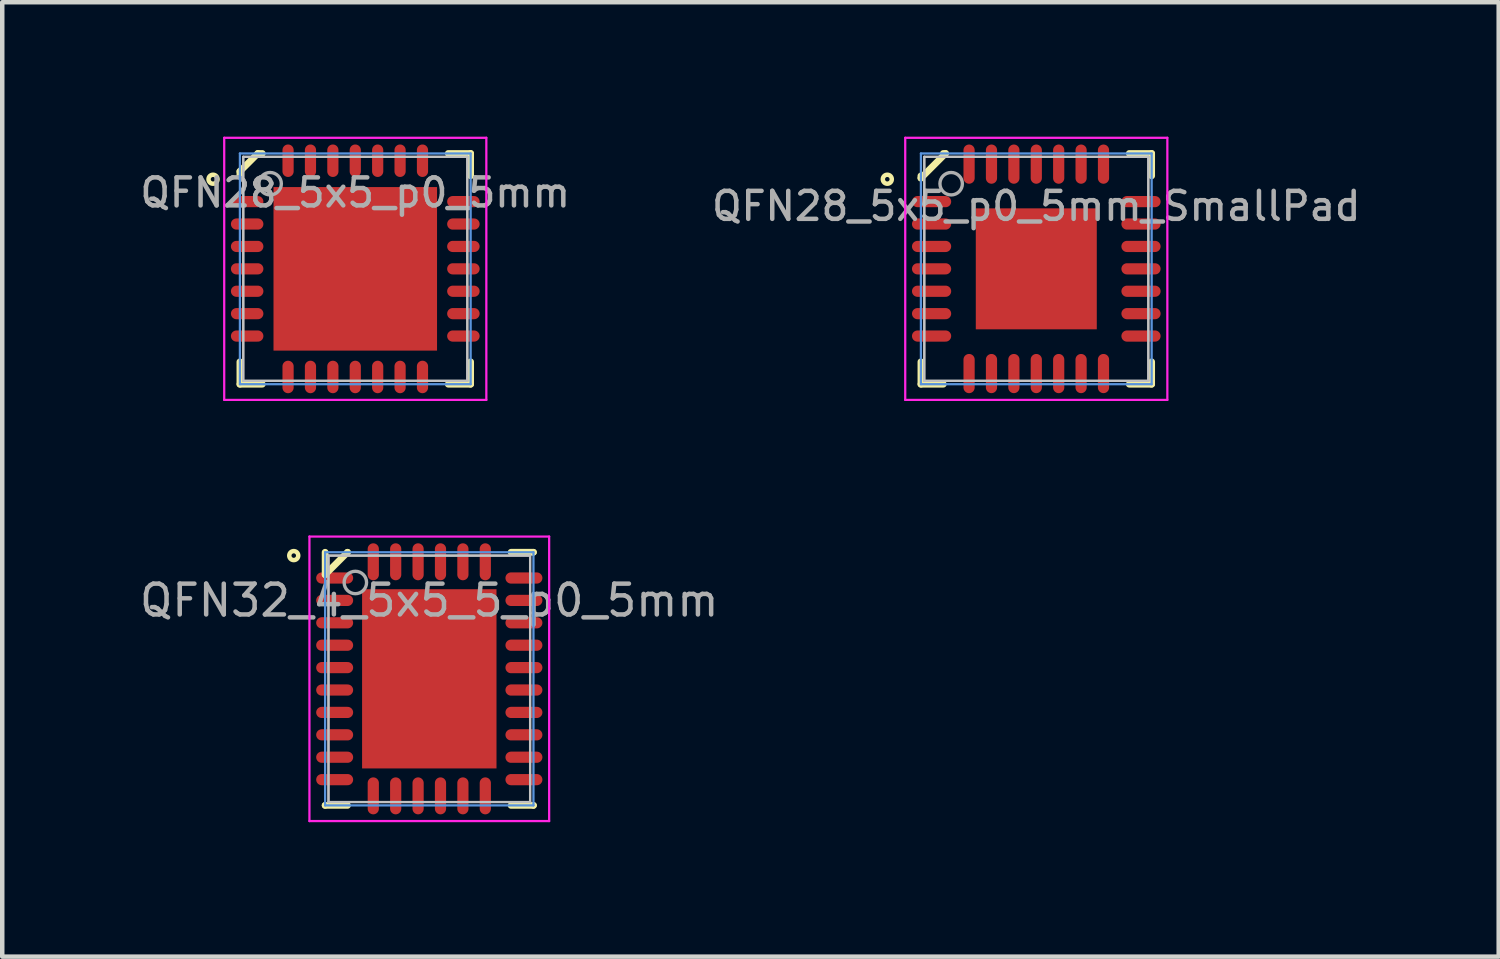
<source format=kicad_pcb>
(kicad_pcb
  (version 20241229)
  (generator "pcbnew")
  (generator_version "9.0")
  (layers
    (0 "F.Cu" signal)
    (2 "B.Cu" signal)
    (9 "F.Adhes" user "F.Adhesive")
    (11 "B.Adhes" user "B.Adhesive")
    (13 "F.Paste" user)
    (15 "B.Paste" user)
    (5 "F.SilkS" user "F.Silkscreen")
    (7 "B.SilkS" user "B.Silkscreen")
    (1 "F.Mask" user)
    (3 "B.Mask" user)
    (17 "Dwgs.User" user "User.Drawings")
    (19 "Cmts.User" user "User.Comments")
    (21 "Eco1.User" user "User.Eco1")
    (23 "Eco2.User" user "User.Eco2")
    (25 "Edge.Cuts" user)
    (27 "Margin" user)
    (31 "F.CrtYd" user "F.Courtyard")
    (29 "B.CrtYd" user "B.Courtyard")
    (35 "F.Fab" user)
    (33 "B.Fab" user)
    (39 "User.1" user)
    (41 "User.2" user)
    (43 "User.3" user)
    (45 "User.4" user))
  (footprint "QFN32_4_5x5_5_p0_5mm"
    (layer "F.Cu")
    (at 6.531 12.1)
    (property "Reference" "QFN32_4_5x5_5_p0_5mm" (at 0 -1.75 0) (layer "F.Fab") (effects (font (size 0.688 0.688) (thickness 0.1))))
    (attr through_hole)
    (fp_line (start -2.325 -2.325) (end -2.325 -2.825) (stroke (width 0.15) (type solid)) (layer "F.SilkS"))
    (fp_line (start -2.325 -2.325) (end -1.825 -2.825) (stroke (width 0.15) (type solid)) (layer "F.SilkS"))
    (fp_line (start -2.325 2.825) (end -2.325 2.825) (stroke (width 0.15) (type solid)) (layer "F.SilkS"))
    (fp_line (start -2.325 2.825) (end -1.825 2.825) (stroke (width 0.15) (type solid)) (layer "F.SilkS"))
    (fp_line (start -1.825 -2.825) (end -1.825 -2.825) (stroke (width 0.15) (type solid)) (layer "F.SilkS"))
    (fp_line (start 2.325 -2.825) (end 1.825 -2.825) (stroke (width 0.15) (type solid)) (layer "F.SilkS"))
    (fp_line (start 2.325 -2.825) (end 2.325 -2.825) (stroke (width 0.15) (type solid)) (layer "F.SilkS"))
    (fp_line (start 2.325 2.825) (end 1.825 2.825) (stroke (width 0.15) (type solid)) (layer "F.SilkS"))
    (fp_line (start 2.325 2.825) (end 2.325 2.825) (stroke (width 0.15) (type solid)) (layer "F.SilkS"))
    (fp_circle (center -3.025 -2.75) (end -2.954 -2.679) (stroke (width 0.1) (type solid)) (fill no) (layer "F.SilkS"))
    (fp_line (start -2.25 -2.75) (end -2.25 2.75) (stroke (width 0.05) (type solid)) (layer "Dwgs.User"))
    (fp_line (start -2.25 -2.75) (end 2.25 -2.75) (stroke (width 0.05) (type solid)) (layer "Dwgs.User"))
    (fp_line (start -2.25 2.75) (end 2.25 2.75) (stroke (width 0.05) (type solid)) (layer "Dwgs.User"))
    (fp_line (start 2.25 -2.75) (end 2.25 2.75) (stroke (width 0.05) (type solid)) (layer "Dwgs.User"))
    (fp_line (start -2.325 -2.825) (end -2.325 2.825) (stroke (width 0.05) (type solid)) (layer "Cmts.User"))
    (fp_line (start -2.325 -2.825) (end 2.325 -2.825) (stroke (width 0.05) (type solid)) (layer "Cmts.User"))
    (fp_line (start -2.325 2.825) (end 2.325 2.825) (stroke (width 0.05) (type solid)) (layer "Cmts.User"))
    (fp_line (start 2.325 -2.825) (end 2.325 2.825) (stroke (width 0.05) (type solid)) (layer "Cmts.User"))
    (fp_line (start -2.175 -2.675) (end -2.175 2.675) (stroke (width 0.05) (type solid)) (layer "Eco1.User"))
    (fp_line (start -2.175 -2.675) (end 2.175 -2.675) (stroke (width 0.05) (type solid)) (layer "Eco1.User"))
    (fp_line (start -2.175 2.675) (end 2.175 2.675) (stroke (width 0.05) (type solid)) (layer "Eco1.User"))
    (fp_line (start 2.175 -2.675) (end 2.175 2.675) (stroke (width 0.05) (type solid)) (layer "Eco1.User"))
    (fp_line (start -2.675 -3.175) (end -2.675 3.175) (stroke (width 0.05) (type solid)) (layer "F.CrtYd"))
    (fp_line (start -2.675 -3.175) (end 2.675 -3.175) (stroke (width 0.05) (type solid)) (layer "F.CrtYd"))
    (fp_line (start -2.675 3.175) (end 2.675 3.175) (stroke (width 0.05) (type solid)) (layer "F.CrtYd"))
    (fp_line (start 2.675 -3.175) (end 2.675 3.175) (stroke (width 0.05) (type solid)) (layer "F.CrtYd"))
    (fp_line (start -2.25 -2.75) (end -2.25 2.75) (stroke (width 0.05) (type solid)) (layer "F.Fab"))
    (fp_line (start -2.25 -2.75) (end 2.25 -2.75) (stroke (width 0.05) (type solid)) (layer "F.Fab"))
    (fp_line (start -2.25 2.75) (end 2.25 2.75) (stroke (width 0.05) (type solid)) (layer "F.Fab"))
    (fp_line (start 2.25 -2.75) (end 2.25 2.75) (stroke (width 0.05) (type solid)) (layer "F.Fab"))
    (fp_circle (center -1.65 -2.15) (end -1.473 -1.973) (stroke (width 0.075) (type solid)) (fill no) (layer "F.Fab"))
    (pad "1" smd oval (at -2.112 -2.25 180) (size 0.825 0.25) (layers "F.Cu" "F.Mask" "F.Paste"))
    (pad "2" smd oval (at -2.112 -1.75 180) (size 0.825 0.25) (layers "F.Cu" "F.Mask" "F.Paste"))
    (pad "3" smd oval (at -2.112 -1.25 180) (size 0.825 0.25) (layers "F.Cu" "F.Mask" "F.Paste"))
    (pad "4" smd oval (at -2.112 -0.75 180) (size 0.825 0.25) (layers "F.Cu" "F.Mask" "F.Paste"))
    (pad "5" smd oval (at -2.112 -0.25 180) (size 0.825 0.25) (layers "F.Cu" "F.Mask" "F.Paste"))
    (pad "6" smd oval (at -2.112 0.25 180) (size 0.825 0.25) (layers "F.Cu" "F.Mask" "F.Paste"))
    (pad "7" smd oval (at -2.112 0.75 180) (size 0.825 0.25) (layers "F.Cu" "F.Mask" "F.Paste"))
    (pad "8" smd oval (at -2.112 1.25 180) (size 0.825 0.25) (layers "F.Cu" "F.Mask" "F.Paste"))
    (pad "9" smd oval (at -2.112 1.75 180) (size 0.825 0.25) (layers "F.Cu" "F.Mask" "F.Paste"))
    (pad "10" smd oval (at -2.112 2.25 180) (size 0.825 0.25) (layers "F.Cu" "F.Mask" "F.Paste"))
    (pad "11" smd oval (at -1.25 2.612 270) (size 0.825 0.25) (layers "F.Cu" "F.Mask" "F.Paste"))
    (pad "12" smd oval (at -0.75 2.612 270) (size 0.825 0.25) (layers "F.Cu" "F.Mask" "F.Paste"))
    (pad "13" smd oval (at -0.25 2.612 270) (size 0.825 0.25) (layers "F.Cu" "F.Mask" "F.Paste"))
    (pad "14" smd oval (at 0.25 2.612 270) (size 0.825 0.25) (layers "F.Cu" "F.Mask" "F.Paste"))
    (pad "15" smd oval (at 0.75 2.612 270) (size 0.825 0.25) (layers "F.Cu" "F.Mask" "F.Paste"))
    (pad "16" smd oval (at 1.25 2.612 270) (size 0.825 0.25) (layers "F.Cu" "F.Mask" "F.Paste"))
    (pad "17" smd oval (at 2.112 2.25) (size 0.825 0.25) (layers "F.Cu" "F.Mask" "F.Paste"))
    (pad "18" smd oval (at 2.112 1.75) (size 0.825 0.25) (layers "F.Cu" "F.Mask" "F.Paste"))
    (pad "19" smd oval (at 2.112 1.25) (size 0.825 0.25) (layers "F.Cu" "F.Mask" "F.Paste"))
    (pad "20" smd oval (at 2.112 0.75) (size 0.825 0.25) (layers "F.Cu" "F.Mask" "F.Paste"))
    (pad "21" smd oval (at 2.112 0.25) (size 0.825 0.25) (layers "F.Cu" "F.Mask" "F.Paste"))
    (pad "22" smd oval (at 2.112 -0.25) (size 0.825 0.25) (layers "F.Cu" "F.Mask" "F.Paste"))
    (pad "23" smd oval (at 2.112 -0.75) (size 0.825 0.25) (layers "F.Cu" "F.Mask" "F.Paste"))
    (pad "24" smd oval (at 2.112 -1.25) (size 0.825 0.25) (layers "F.Cu" "F.Mask" "F.Paste"))
    (pad "25" smd oval (at 2.112 -1.75) (size 0.825 0.25) (layers "F.Cu" "F.Mask" "F.Paste"))
    (pad "26" smd oval (at 2.112 -2.25) (size 0.825 0.25) (layers "F.Cu" "F.Mask" "F.Paste"))
    (pad "27" smd oval (at 1.25 -2.612 90) (size 0.825 0.25) (layers "F.Cu" "F.Mask" "F.Paste"))
    (pad "28" smd oval (at 0.75 -2.612 90) (size 0.825 0.25) (layers "F.Cu" "F.Mask" "F.Paste"))
    (pad "29" smd oval (at 0.25 -2.612 90) (size 0.825 0.25) (layers "F.Cu" "F.Mask" "F.Paste"))
    (pad "30" smd oval (at -0.25 -2.612 90) (size 0.825 0.25) (layers "F.Cu" "F.Mask" "F.Paste"))
    (pad "31" smd oval (at -0.75 -2.612 90) (size 0.825 0.25) (layers "F.Cu" "F.Mask" "F.Paste"))
    (pad "32" smd oval (at -1.25 -2.612 90) (size 0.825 0.25) (layers "F.Cu" "F.Mask" "F.Paste"))
    (pad "33" smd rect (at 0 0) (size 3 4) (layers "F.Cu" "F.Mask" "F.Paste")))
  (footprint "QFN28_5x5_p0_5mm"
    (layer "F.Cu")
    (at 4.879 2.95)
    (property "Reference" "QFN28_5x5_p0_5mm" (at 0 -1.7 0) (layer "F.Fab") (effects (font (size 0.625 0.625) (thickness 0.1))))
    (attr through_hole)
    (fp_line (start -2.575 -2.175) (end -2.575 -2.075) (stroke (width 0.15) (type solid)) (layer "F.SilkS"))
    (fp_line (start -2.575 -2.175) (end -2.175 -2.575) (stroke (width 0.15) (type solid)) (layer "F.SilkS"))
    (fp_line (start -2.575 2.575) (end -2.575 2.075) (stroke (width 0.15) (type solid)) (layer "F.SilkS"))
    (fp_line (start -2.575 2.575) (end -2.075 2.575) (stroke (width 0.15) (type solid)) (layer "F.SilkS"))
    (fp_line (start -2.075 -2.575) (end -2.175 -2.575) (stroke (width 0.15) (type solid)) (layer "F.SilkS"))
    (fp_line (start 2.575 -2.575) (end 2.075 -2.575) (stroke (width 0.15) (type solid)) (layer "F.SilkS"))
    (fp_line (start 2.575 -2.575) (end 2.575 -2.075) (stroke (width 0.15) (type solid)) (layer "F.SilkS"))
    (fp_line (start 2.575 2.575) (end 2.075 2.575) (stroke (width 0.15) (type solid)) (layer "F.SilkS"))
    (fp_line (start 2.575 2.575) (end 2.575 2.075) (stroke (width 0.15) (type solid)) (layer "F.SilkS"))
    (fp_circle (center -3.175 -2) (end -3.104 -1.929) (stroke (width 0.1) (type solid)) (fill no) (layer "F.SilkS"))
    (fp_line (start -2.5 -2.5) (end -2.5 2.5) (stroke (width 0.05) (type solid)) (layer "Dwgs.User"))
    (fp_line (start -2.5 -2.5) (end 2.5 -2.5) (stroke (width 0.05) (type solid)) (layer "Dwgs.User"))
    (fp_line (start -2.5 2.5) (end 2.5 2.5) (stroke (width 0.05) (type solid)) (layer "Dwgs.User"))
    (fp_line (start 2.5 -2.5) (end 2.5 2.5) (stroke (width 0.05) (type solid)) (layer "Dwgs.User"))
    (fp_line (start -2.575 -2.575) (end -2.575 2.575) (stroke (width 0.05) (type solid)) (layer "Cmts.User"))
    (fp_line (start -2.575 -2.575) (end 2.575 -2.575) (stroke (width 0.05) (type solid)) (layer "Cmts.User"))
    (fp_line (start -2.575 2.575) (end 2.575 2.575) (stroke (width 0.05) (type solid)) (layer "Cmts.User"))
    (fp_line (start 2.575 -2.575) (end 2.575 2.575) (stroke (width 0.05) (type solid)) (layer "Cmts.User"))
    (fp_line (start -2.425 -2.425) (end -2.425 2.425) (stroke (width 0.05) (type solid)) (layer "Eco1.User"))
    (fp_line (start -2.425 -2.425) (end 2.425 -2.425) (stroke (width 0.05) (type solid)) (layer "Eco1.User"))
    (fp_line (start -2.425 2.425) (end 2.425 2.425) (stroke (width 0.05) (type solid)) (layer "Eco1.User"))
    (fp_line (start 2.425 -2.425) (end 2.425 2.425) (stroke (width 0.05) (type solid)) (layer "Eco1.User"))
    (fp_line (start -2.925 -2.925) (end -2.925 2.925) (stroke (width 0.05) (type solid)) (layer "F.CrtYd"))
    (fp_line (start -2.925 -2.925) (end 2.925 -2.925) (stroke (width 0.05) (type solid)) (layer "F.CrtYd"))
    (fp_line (start -2.925 2.925) (end 2.925 2.925) (stroke (width 0.05) (type solid)) (layer "F.CrtYd"))
    (fp_line (start 2.925 -2.925) (end 2.925 2.925) (stroke (width 0.05) (type solid)) (layer "F.CrtYd"))
    (fp_line (start -2.5 -2.5) (end -2.5 2.5) (stroke (width 0.05) (type solid)) (layer "F.Fab"))
    (fp_line (start -2.5 -2.5) (end 2.5 -2.5) (stroke (width 0.05) (type solid)) (layer "F.Fab"))
    (fp_line (start -2.5 2.5) (end 2.5 2.5) (stroke (width 0.05) (type solid)) (layer "F.Fab"))
    (fp_line (start 2.5 -2.5) (end 2.5 2.5) (stroke (width 0.05) (type solid)) (layer "F.Fab"))
    (fp_circle (center -1.9 -1.9) (end -1.723 -1.723) (stroke (width 0.075) (type solid)) (fill no) (layer "F.Fab"))
    (pad "1" smd oval (at -2.413 -1.5 180) (size 0.725 0.25) (layers "F.Cu" "F.Mask" "F.Paste"))
    (pad "2" smd oval (at -2.413 -1 180) (size 0.725 0.25) (layers "F.Cu" "F.Mask" "F.Paste"))
    (pad "3" smd oval (at -2.413 -0.5 180) (size 0.725 0.25) (layers "F.Cu" "F.Mask" "F.Paste"))
    (pad "4" smd oval (at -2.413 0 180) (size 0.725 0.25) (layers "F.Cu" "F.Mask" "F.Paste"))
    (pad "5" smd oval (at -2.413 0.5 180) (size 0.725 0.25) (layers "F.Cu" "F.Mask" "F.Paste"))
    (pad "6" smd oval (at -2.413 1 180) (size 0.725 0.25) (layers "F.Cu" "F.Mask" "F.Paste"))
    (pad "7" smd oval (at -2.413 1.5 180) (size 0.725 0.25) (layers "F.Cu" "F.Mask" "F.Paste"))
    (pad "8" smd oval (at -1.5 2.413 270) (size 0.725 0.25) (layers "F.Cu" "F.Mask" "F.Paste"))
    (pad "9" smd oval (at -1 2.413 270) (size 0.725 0.25) (layers "F.Cu" "F.Mask" "F.Paste"))
    (pad "10" smd oval (at -0.5 2.413 270) (size 0.725 0.25) (layers "F.Cu" "F.Mask" "F.Paste"))
    (pad "11" smd oval (at 0 2.413 270) (size 0.725 0.25) (layers "F.Cu" "F.Mask" "F.Paste"))
    (pad "12" smd oval (at 0.5 2.413 270) (size 0.725 0.25) (layers "F.Cu" "F.Mask" "F.Paste"))
    (pad "13" smd oval (at 1 2.413 270) (size 0.725 0.25) (layers "F.Cu" "F.Mask" "F.Paste"))
    (pad "14" smd oval (at 1.5 2.413 270) (size 0.725 0.25) (layers "F.Cu" "F.Mask" "F.Paste"))
    (pad "15" smd oval (at 2.413 1.5) (size 0.725 0.25) (layers "F.Cu" "F.Mask" "F.Paste"))
    (pad "16" smd oval (at 2.413 1) (size 0.725 0.25) (layers "F.Cu" "F.Mask" "F.Paste"))
    (pad "17" smd oval (at 2.413 0.5) (size 0.725 0.25) (layers "F.Cu" "F.Mask" "F.Paste"))
    (pad "18" smd oval (at 2.413 0) (size 0.725 0.25) (layers "F.Cu" "F.Mask" "F.Paste"))
    (pad "19" smd oval (at 2.413 -0.5) (size 0.725 0.25) (layers "F.Cu" "F.Mask" "F.Paste"))
    (pad "20" smd oval (at 2.413 -1) (size 0.725 0.25) (layers "F.Cu" "F.Mask" "F.Paste"))
    (pad "21" smd oval (at 2.413 -1.5) (size 0.725 0.25) (layers "F.Cu" "F.Mask" "F.Paste"))
    (pad "22" smd oval (at 1.5 -2.413 90) (size 0.725 0.25) (layers "F.Cu" "F.Mask" "F.Paste"))
    (pad "23" smd oval (at 1 -2.413 90) (size 0.725 0.25) (layers "F.Cu" "F.Mask" "F.Paste"))
    (pad "24" smd oval (at 0.5 -2.413 90) (size 0.725 0.25) (layers "F.Cu" "F.Mask" "F.Paste"))
    (pad "25" smd oval (at 0 -2.413 90) (size 0.725 0.25) (layers "F.Cu" "F.Mask" "F.Paste"))
    (pad "26" smd oval (at -0.5 -2.413 90) (size 0.725 0.25) (layers "F.Cu" "F.Mask" "F.Paste"))
    (pad "27" smd oval (at -1 -2.413 90) (size 0.725 0.25) (layers "F.Cu" "F.Mask" "F.Paste"))
    (pad "28" smd oval (at -1.5 -2.413 90) (size 0.725 0.25) (layers "F.Cu" "F.Mask" "F.Paste"))
    (pad "29" smd rect (at 0 0) (size 3.65 3.65) (layers "F.Cu" "F.Mask" "F.Paste")))
  (footprint "QFN28_5x5_p0_5mm_SmallPad"
    (layer "F.Cu")
    (at 20.078 2.95)
    (property "Reference" "QFN28_5x5_p0_5mm_SmallPad" (at 0 -1.4 0) (layer "F.Fab") (effects (font (size 0.625 0.625) (thickness 0.1))))
    (attr through_hole)
    (fp_line (start -2.575 -2.025) (end -2.575 -2.075) (stroke (width 0.15) (type solid)) (layer "F.SilkS"))
    (fp_line (start -2.575 -2.025) (end -2.025 -2.575) (stroke (width 0.15) (type solid)) (layer "F.SilkS"))
    (fp_line (start -2.575 2.575) (end -2.575 2.075) (stroke (width 0.15) (type solid)) (layer "F.SilkS"))
    (fp_line (start -2.575 2.575) (end -2.075 2.575) (stroke (width 0.15) (type solid)) (layer "F.SilkS"))
    (fp_line (start -2.075 -2.575) (end -2.025 -2.575) (stroke (width 0.15) (type solid)) (layer "F.SilkS"))
    (fp_line (start 2.575 -2.575) (end 2.075 -2.575) (stroke (width 0.15) (type solid)) (layer "F.SilkS"))
    (fp_line (start 2.575 -2.575) (end 2.575 -2.075) (stroke (width 0.15) (type solid)) (layer "F.SilkS"))
    (fp_line (start 2.575 2.575) (end 2.075 2.575) (stroke (width 0.15) (type solid)) (layer "F.SilkS"))
    (fp_line (start 2.575 2.575) (end 2.575 2.075) (stroke (width 0.15) (type solid)) (layer "F.SilkS"))
    (fp_circle (center -3.325 -2) (end -3.254 -1.929) (stroke (width 0.1) (type solid)) (fill no) (layer "F.SilkS"))
    (fp_line (start -2.5 -2.5) (end -2.5 2.5) (stroke (width 0.05) (type solid)) (layer "Dwgs.User"))
    (fp_line (start -2.5 -2.5) (end 2.5 -2.5) (stroke (width 0.05) (type solid)) (layer "Dwgs.User"))
    (fp_line (start -2.5 2.5) (end 2.5 2.5) (stroke (width 0.05) (type solid)) (layer "Dwgs.User"))
    (fp_line (start 2.5 -2.5) (end 2.5 2.5) (stroke (width 0.05) (type solid)) (layer "Dwgs.User"))
    (fp_line (start -2.575 -2.575) (end -2.575 2.575) (stroke (width 0.05) (type solid)) (layer "Cmts.User"))
    (fp_line (start -2.575 -2.575) (end 2.575 -2.575) (stroke (width 0.05) (type solid)) (layer "Cmts.User"))
    (fp_line (start -2.575 2.575) (end 2.575 2.575) (stroke (width 0.05) (type solid)) (layer "Cmts.User"))
    (fp_line (start 2.575 -2.575) (end 2.575 2.575) (stroke (width 0.05) (type solid)) (layer "Cmts.User"))
    (fp_line (start -2.425 -2.425) (end -2.425 2.425) (stroke (width 0.05) (type solid)) (layer "Eco1.User"))
    (fp_line (start -2.425 -2.425) (end 2.425 -2.425) (stroke (width 0.05) (type solid)) (layer "Eco1.User"))
    (fp_line (start -2.425 2.425) (end 2.425 2.425) (stroke (width 0.05) (type solid)) (layer "Eco1.User"))
    (fp_line (start 2.425 -2.425) (end 2.425 2.425) (stroke (width 0.05) (type solid)) (layer "Eco1.User"))
    (fp_line (start -2.925 -2.925) (end -2.925 2.925) (stroke (width 0.05) (type solid)) (layer "F.CrtYd"))
    (fp_line (start -2.925 -2.925) (end 2.925 -2.925) (stroke (width 0.05) (type solid)) (layer "F.CrtYd"))
    (fp_line (start -2.925 2.925) (end 2.925 2.925) (stroke (width 0.05) (type solid)) (layer "F.CrtYd"))
    (fp_line (start 2.925 -2.925) (end 2.925 2.925) (stroke (width 0.05) (type solid)) (layer "F.CrtYd"))
    (fp_line (start -2.5 -2.5) (end -2.5 2.5) (stroke (width 0.05) (type solid)) (layer "F.Fab"))
    (fp_line (start -2.5 -2.5) (end 2.5 -2.5) (stroke (width 0.05) (type solid)) (layer "F.Fab"))
    (fp_line (start -2.5 2.5) (end 2.5 2.5) (stroke (width 0.05) (type solid)) (layer "F.Fab"))
    (fp_line (start 2.5 -2.5) (end 2.5 2.5) (stroke (width 0.05) (type solid)) (layer "F.Fab"))
    (fp_circle (center -1.9 -1.9) (end -1.723 -1.723) (stroke (width 0.075) (type solid)) (fill no) (layer "F.Fab"))
    (pad "1" smd oval (at -2.337 -1.5 180) (size 0.875 0.25) (layers "F.Cu" "F.Mask" "F.Paste"))
    (pad "2" smd oval (at -2.337 -1 180) (size 0.875 0.25) (layers "F.Cu" "F.Mask" "F.Paste"))
    (pad "3" smd oval (at -2.337 -0.5 180) (size 0.875 0.25) (layers "F.Cu" "F.Mask" "F.Paste"))
    (pad "4" smd oval (at -2.337 0 180) (size 0.875 0.25) (layers "F.Cu" "F.Mask" "F.Paste"))
    (pad "5" smd oval (at -2.337 0.5 180) (size 0.875 0.25) (layers "F.Cu" "F.Mask" "F.Paste"))
    (pad "6" smd oval (at -2.337 1 180) (size 0.875 0.25) (layers "F.Cu" "F.Mask" "F.Paste"))
    (pad "7" smd oval (at -2.337 1.5 180) (size 0.875 0.25) (layers "F.Cu" "F.Mask" "F.Paste"))
    (pad "8" smd oval (at -1.5 2.337 270) (size 0.875 0.25) (layers "F.Cu" "F.Mask" "F.Paste"))
    (pad "9" smd oval (at -1 2.337 270) (size 0.875 0.25) (layers "F.Cu" "F.Mask" "F.Paste"))
    (pad "10" smd oval (at -0.5 2.337 270) (size 0.875 0.25) (layers "F.Cu" "F.Mask" "F.Paste"))
    (pad "11" smd oval (at 0 2.337 270) (size 0.875 0.25) (layers "F.Cu" "F.Mask" "F.Paste"))
    (pad "12" smd oval (at 0.5 2.337 270) (size 0.875 0.25) (layers "F.Cu" "F.Mask" "F.Paste"))
    (pad "13" smd oval (at 1 2.337 270) (size 0.875 0.25) (layers "F.Cu" "F.Mask" "F.Paste"))
    (pad "14" smd oval (at 1.5 2.337 270) (size 0.875 0.25) (layers "F.Cu" "F.Mask" "F.Paste"))
    (pad "15" smd oval (at 2.337 1.5) (size 0.875 0.25) (layers "F.Cu" "F.Mask" "F.Paste"))
    (pad "16" smd oval (at 2.337 1) (size 0.875 0.25) (layers "F.Cu" "F.Mask" "F.Paste"))
    (pad "17" smd oval (at 2.337 0.5) (size 0.875 0.25) (layers "F.Cu" "F.Mask" "F.Paste"))
    (pad "18" smd oval (at 2.337 0) (size 0.875 0.25) (layers "F.Cu" "F.Mask" "F.Paste"))
    (pad "19" smd oval (at 2.337 -0.5) (size 0.875 0.25) (layers "F.Cu" "F.Mask" "F.Paste"))
    (pad "20" smd oval (at 2.337 -1) (size 0.875 0.25) (layers "F.Cu" "F.Mask" "F.Paste"))
    (pad "21" smd oval (at 2.337 -1.5) (size 0.875 0.25) (layers "F.Cu" "F.Mask" "F.Paste"))
    (pad "22" smd oval (at 1.5 -2.337 90) (size 0.875 0.25) (layers "F.Cu" "F.Mask" "F.Paste"))
    (pad "23" smd oval (at 1 -2.337 90) (size 0.875 0.25) (layers "F.Cu" "F.Mask" "F.Paste"))
    (pad "24" smd oval (at 0.5 -2.337 90) (size 0.875 0.25) (layers "F.Cu" "F.Mask" "F.Paste"))
    (pad "25" smd oval (at 0 -2.337 90) (size 0.875 0.25) (layers "F.Cu" "F.Mask" "F.Paste"))
    (pad "26" smd oval (at -0.5 -2.337 90) (size 0.875 0.25) (layers "F.Cu" "F.Mask" "F.Paste"))
    (pad "27" smd oval (at -1 -2.337 90) (size 0.875 0.25) (layers "F.Cu" "F.Mask" "F.Paste"))
    (pad "28" smd oval (at -1.5 -2.337 90) (size 0.875 0.25) (layers "F.Cu" "F.Mask" "F.Paste"))
    (pad "29" smd rect (at 0 0) (size 2.7 2.7) (layers "F.Cu" "F.Mask" "F.Paste")))
  (gr_rect
    (start -3 -3)
    (end 30.398 18.3)
    (stroke (width 0.1) (type default))
    (fill no)
    (layer "Edge.Cuts")))
</source>
